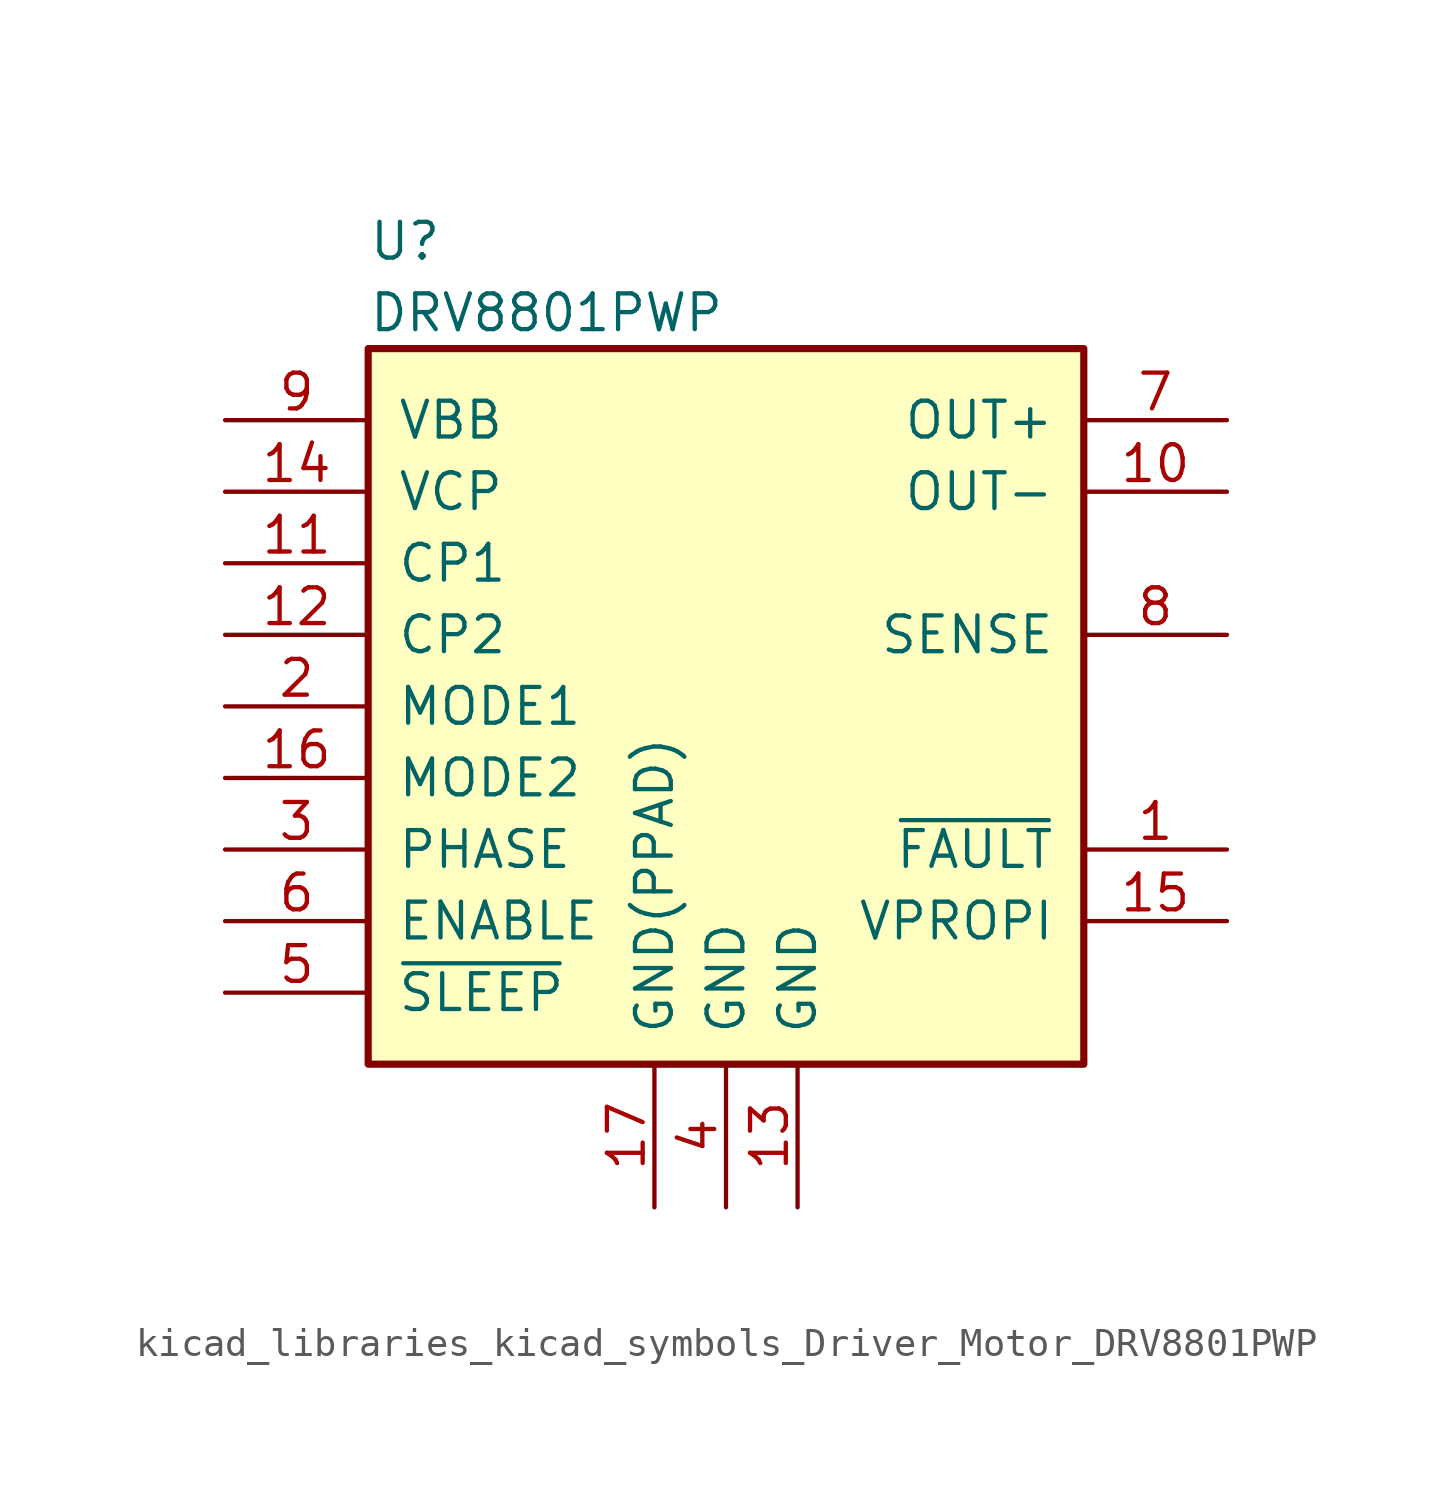
<source format=kicad_sym>
(kicad_symbol_lib
  (version 20220914)
  (generator kicad_symbol_editor)
  (symbol "kicad_libraries_kicad_symbols_Driver_Motor_DRV8801PWP"
    (pin_names
      (offset 1.016))
    (property "Reference" "U"
      (at -12.7 16.51 0)
      (effects (font (size 1.27 1.27)) (justify left)))
    (property "Value" "DRV8801PWP"
      (at -12.7 13.97 0)
      (effects (font (size 1.27 1.27)) (justify left)))
    (symbol "kicad_libraries_kicad_symbols_Driver_Motor_DRV8801PWP_0_1"
      (rectangle (start -12.7 12.7) (end 12.7 -12.7) (stroke (width 0.254) (type default)) (fill (type background))))
    (symbol "kicad_libraries_kicad_symbols_Driver_Motor_DRV8801PWP_1_1"
      (pin open_collector line (at 17.78 -5.08 180) (length 5.08) (name "~{FAULT}" (effects (font (size 1.27 1.27)))) (number "1" (effects (font (size 1.27 1.27)))))
      (pin power_out line (at 17.78 7.62 180) (length 5.08) (name "OUT-" (effects (font (size 1.27 1.27)))) (number "10" (effects (font (size 1.27 1.27)))))
      (pin power_in line (at -17.78 5.08 0) (length 5.08) (name "CP1" (effects (font (size 1.27 1.27)))) (number "11" (effects (font (size 1.27 1.27)))))
      (pin power_in line (at -17.78 2.54 0) (length 5.08) (name "CP2" (effects (font (size 1.27 1.27)))) (number "12" (effects (font (size 1.27 1.27)))))
      (pin power_in line (at 2.54 -17.78 90) (length 5.08) (name "GND" (effects (font (size 1.27 1.27)))) (number "13" (effects (font (size 1.27 1.27)))))
      (pin power_in line (at -17.78 7.62 0) (length 5.08) (name "VCP" (effects (font (size 1.27 1.27)))) (number "14" (effects (font (size 1.27 1.27)))))
      (pin output line (at 17.78 -7.62 180) (length 5.08) (name "VPROPI" (effects (font (size 1.27 1.27)))) (number "15" (effects (font (size 1.27 1.27)))))
      (pin input line (at -17.78 -2.54 0) (length 5.08) (name "MODE2" (effects (font (size 1.27 1.27)))) (number "16" (effects (font (size 1.27 1.27)))))
      (pin power_in line (at -2.54 -17.78 90) (length 5.08) (name "GND(PPAD)" (effects (font (size 1.27 1.27)))) (number "17" (effects (font (size 1.27 1.27)))))
      (pin input line (at -17.78 0 0) (length 5.08) (name "MODE1" (effects (font (size 1.27 1.27)))) (number "2" (effects (font (size 1.27 1.27)))))
      (pin input line (at -17.78 -5.08 0) (length 5.08) (name "PHASE" (effects (font (size 1.27 1.27)))) (number "3" (effects (font (size 1.27 1.27)))))
      (pin power_in line (at 0 -17.78 90) (length 5.08) (name "GND" (effects (font (size 1.27 1.27)))) (number "4" (effects (font (size 1.27 1.27)))))
      (pin input line (at -17.78 -10.16 0) (length 5.08) (name "~{SLEEP}" (effects (font (size 1.27 1.27)))) (number "5" (effects (font (size 1.27 1.27)))))
      (pin input line (at -17.78 -7.62 0) (length 5.08) (name "ENABLE" (effects (font (size 1.27 1.27)))) (number "6" (effects (font (size 1.27 1.27)))))
      (pin power_out line (at 17.78 10.16 180) (length 5.08) (name "OUT+" (effects (font (size 1.27 1.27)))) (number "7" (effects (font (size 1.27 1.27)))))
      (pin power_out line (at 17.78 2.54 180) (length 5.08) (name "SENSE" (effects (font (size 1.27 1.27)))) (number "8" (effects (font (size 1.27 1.27)))))
      (pin power_in line (at -17.78 10.16 0) (length 5.08) (name "VBB" (effects (font (size 1.27 1.27)))) (number "9" (effects (font (size 1.27 1.27))))))))
</source>
